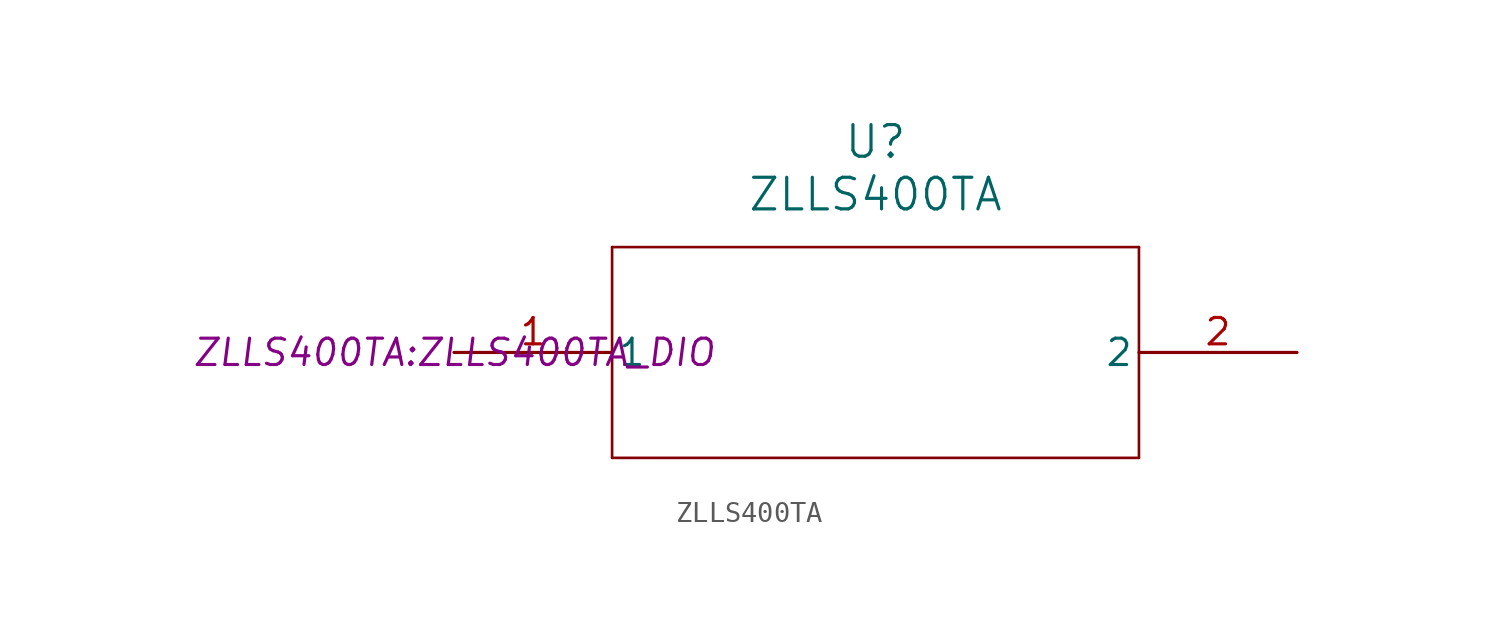
<source format=kicad_sym>
(kicad_symbol_lib
  (version 20220914)
  (generator kicad_symbol_editor)
  (symbol "ZLLS400TA"
    (pin_names
      (offset 0.254))
    (property "Reference" "U"
      (at 20.32 10.16 0)
      (effects (font (size 1.524 1.524))))
    (property "Value" "ZLLS400TA"
      (at 20.32 7.62 0)
      (effects (font (size 1.524 1.524))))
    (property "Footprint" "ZLLS400TA:ZLLS400TA_DIO"
      (at 0 0 0)
      (effects (font (size 1.27 1.27) italic)))
    (symbol "ZLLS400TA_0_1"
      (polyline (pts (xy 7.62 -5.08) (xy 33.02 -5.08)) (stroke (width 0.127) (type default)) (fill (type none)))
      (polyline (pts (xy 7.62 5.08) (xy 7.62 -5.08)) (stroke (width 0.127) (type default)) (fill (type none)))
      (polyline (pts (xy 33.02 -5.08) (xy 33.02 5.08)) (stroke (width 0.127) (type default)) (fill (type none)))
      (polyline (pts (xy 33.02 5.08) (xy 7.62 5.08)) (stroke (width 0.127) (type default)) (fill (type none)))
      (pin unspecified line (at 0 0 0) (length 7.62) (name "1" (effects (font (size 1.27 1.27)))) (number "1" (effects (font (size 1.27 1.27)))))
      (pin unspecified line (at 40.64 0 180) (length 7.62) (name "2" (effects (font (size 1.27 1.27)))) (number "2" (effects (font (size 1.27 1.27))))))))
</source>
